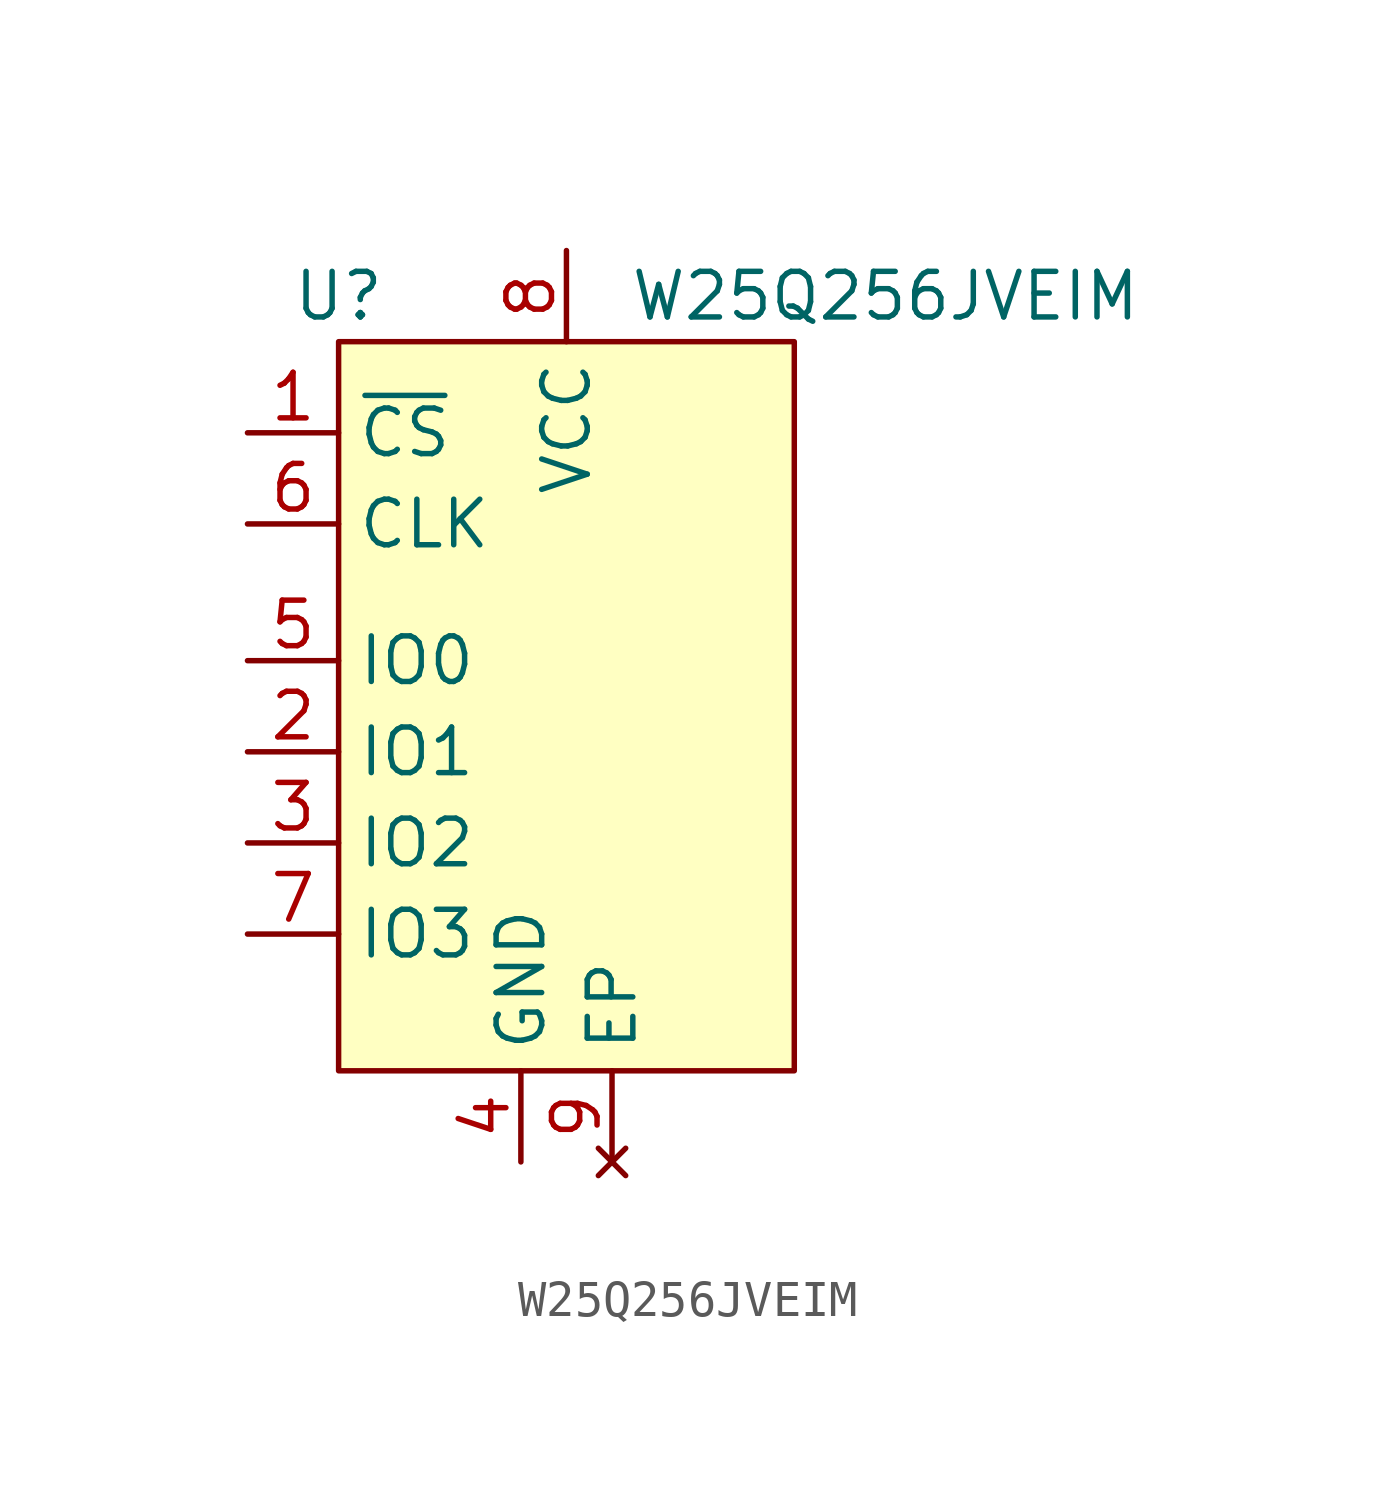
<source format=kicad_sym>
(kicad_symbol_lib
  (version 20220914)
  (generator kicad_symbol_editor)
  (symbol "W25Q256JVEIM"
    (property "Reference" "U"
      (at -6.35 11.43 0)
      (effects (font (size 1.27 1.27))))
    (property "Value" "W25Q256JVEIM"
      (at 8.89 11.43 0)
      (effects (font (size 1.27 1.27))))
    (symbol "W25Q256JVEIM_1_1"
      (rectangle (start -6.35 10.16) (end 6.35 -10.16) (stroke (width 0) (type default)) (fill (type background)))
      (pin input line (at -8.89 7.62 0) (length 2.54) (name "~{CS}" (effects (font (size 1.27 1.27)))) (number "1" (effects (font (size 1.27 1.27)))))
      (pin bidirectional line (at -8.89 -1.27 0) (length 2.54) (name "IO1" (effects (font (size 1.27 1.27)))) (number "2" (effects (font (size 1.27 1.27)))))
      (pin bidirectional line (at -8.89 -3.81 0) (length 2.54) (name "IO2" (effects (font (size 1.27 1.27)))) (number "3" (effects (font (size 1.27 1.27)))))
      (pin power_in line (at -1.27 -12.7 90) (length 2.54) (name "GND" (effects (font (size 1.27 1.27)))) (number "4" (effects (font (size 1.27 1.27)))))
      (pin bidirectional line (at -8.89 1.27 0) (length 2.54) (name "IO0" (effects (font (size 1.27 1.27)))) (number "5" (effects (font (size 1.27 1.27)))))
      (pin input line (at -8.89 5.08 0) (length 2.54) (name "CLK" (effects (font (size 1.27 1.27)))) (number "6" (effects (font (size 1.27 1.27)))))
      (pin bidirectional line (at -8.89 -6.35 0) (length 2.54) (name "IO3" (effects (font (size 1.27 1.27)))) (number "7" (effects (font (size 1.27 1.27)))))
      (pin power_in line (at 0 12.7 270) (length 2.54) (name "VCC" (effects (font (size 1.27 1.27)))) (number "8" (effects (font (size 1.27 1.27)))))
      (pin no_connect line (at 1.27 -12.7 90) (length 2.54) (name "EP" (effects (font (size 1.27 1.27)))) (number "9" (effects (font (size 1.27 1.27))))))))
</source>
